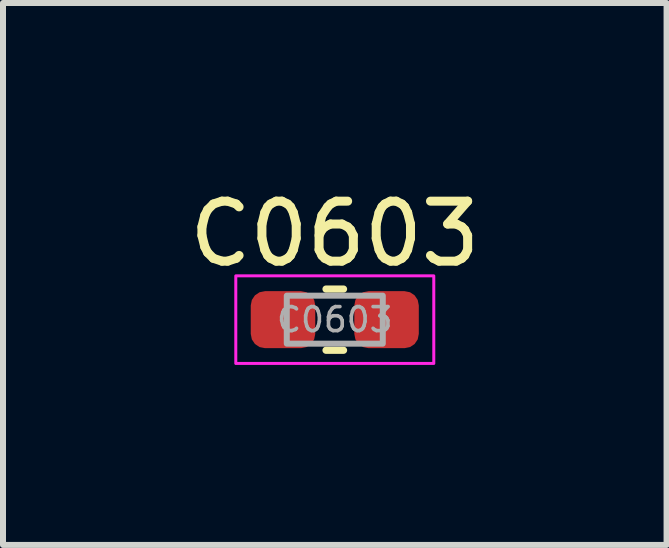
<source format=kicad_pcb>
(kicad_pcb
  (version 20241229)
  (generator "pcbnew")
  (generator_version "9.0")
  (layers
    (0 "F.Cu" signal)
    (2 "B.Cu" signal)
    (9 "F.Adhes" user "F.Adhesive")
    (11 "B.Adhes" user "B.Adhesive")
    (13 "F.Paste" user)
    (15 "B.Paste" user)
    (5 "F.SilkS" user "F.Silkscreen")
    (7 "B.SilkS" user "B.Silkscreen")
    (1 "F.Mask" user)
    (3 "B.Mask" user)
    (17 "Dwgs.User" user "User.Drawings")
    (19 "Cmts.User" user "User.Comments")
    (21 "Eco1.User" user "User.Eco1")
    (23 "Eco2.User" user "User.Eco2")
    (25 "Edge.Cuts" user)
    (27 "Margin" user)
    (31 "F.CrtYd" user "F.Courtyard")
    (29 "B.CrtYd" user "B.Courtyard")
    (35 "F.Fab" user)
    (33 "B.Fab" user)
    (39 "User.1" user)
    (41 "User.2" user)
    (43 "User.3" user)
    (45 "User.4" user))
  (footprint "C0603"
    (layer "F.Cu")
    (at 2.53 2.278)
    (property "Reference" "C0603" (at 0 -1.43 0) (layer "F.SilkS") (effects (font (size 1 1) (thickness 0.15))))
    (attr smd)
    (fp_line (start -0.146 -0.51) (end 0.146 -0.51) (stroke (width 0.12) (type solid)) (layer "F.SilkS"))
    (fp_line (start -0.146 0.51) (end 0.146 0.51) (stroke (width 0.12) (type solid)) (layer "F.SilkS"))
    (fp_rect (start -1.65 -0.73) (end 1.65 0.73) (stroke (width 0.05) (type solid)) (fill no) (layer "F.CrtYd"))
    (fp_rect (start -0.8 -0.4) (end 0.8 0.4) (stroke (width 0.1) (type solid)) (fill no) (layer "F.Fab"))
    (fp_text user "${REFERENCE}" (at 0 0 0) (layer "F.Fab") (effects (font (size 0.4 0.4) (thickness 0.06))))
    (pad "1" smd roundrect (at -0.863 0) (size 1.075 0.95) (layers "F.Cu" "F.Mask" "F.Paste") (roundrect_rratio 0.25))
    (pad "2" smd roundrect (at 0.863 0) (size 1.075 0.95) (layers "F.Cu" "F.Mask" "F.Paste") (roundrect_rratio 0.25)))
  (gr_rect
    (start -3 -3)
    (end 8.06 6.033)
    (stroke (width 0.1) (type default))
    (fill no)
    (layer "Edge.Cuts")))
</source>
